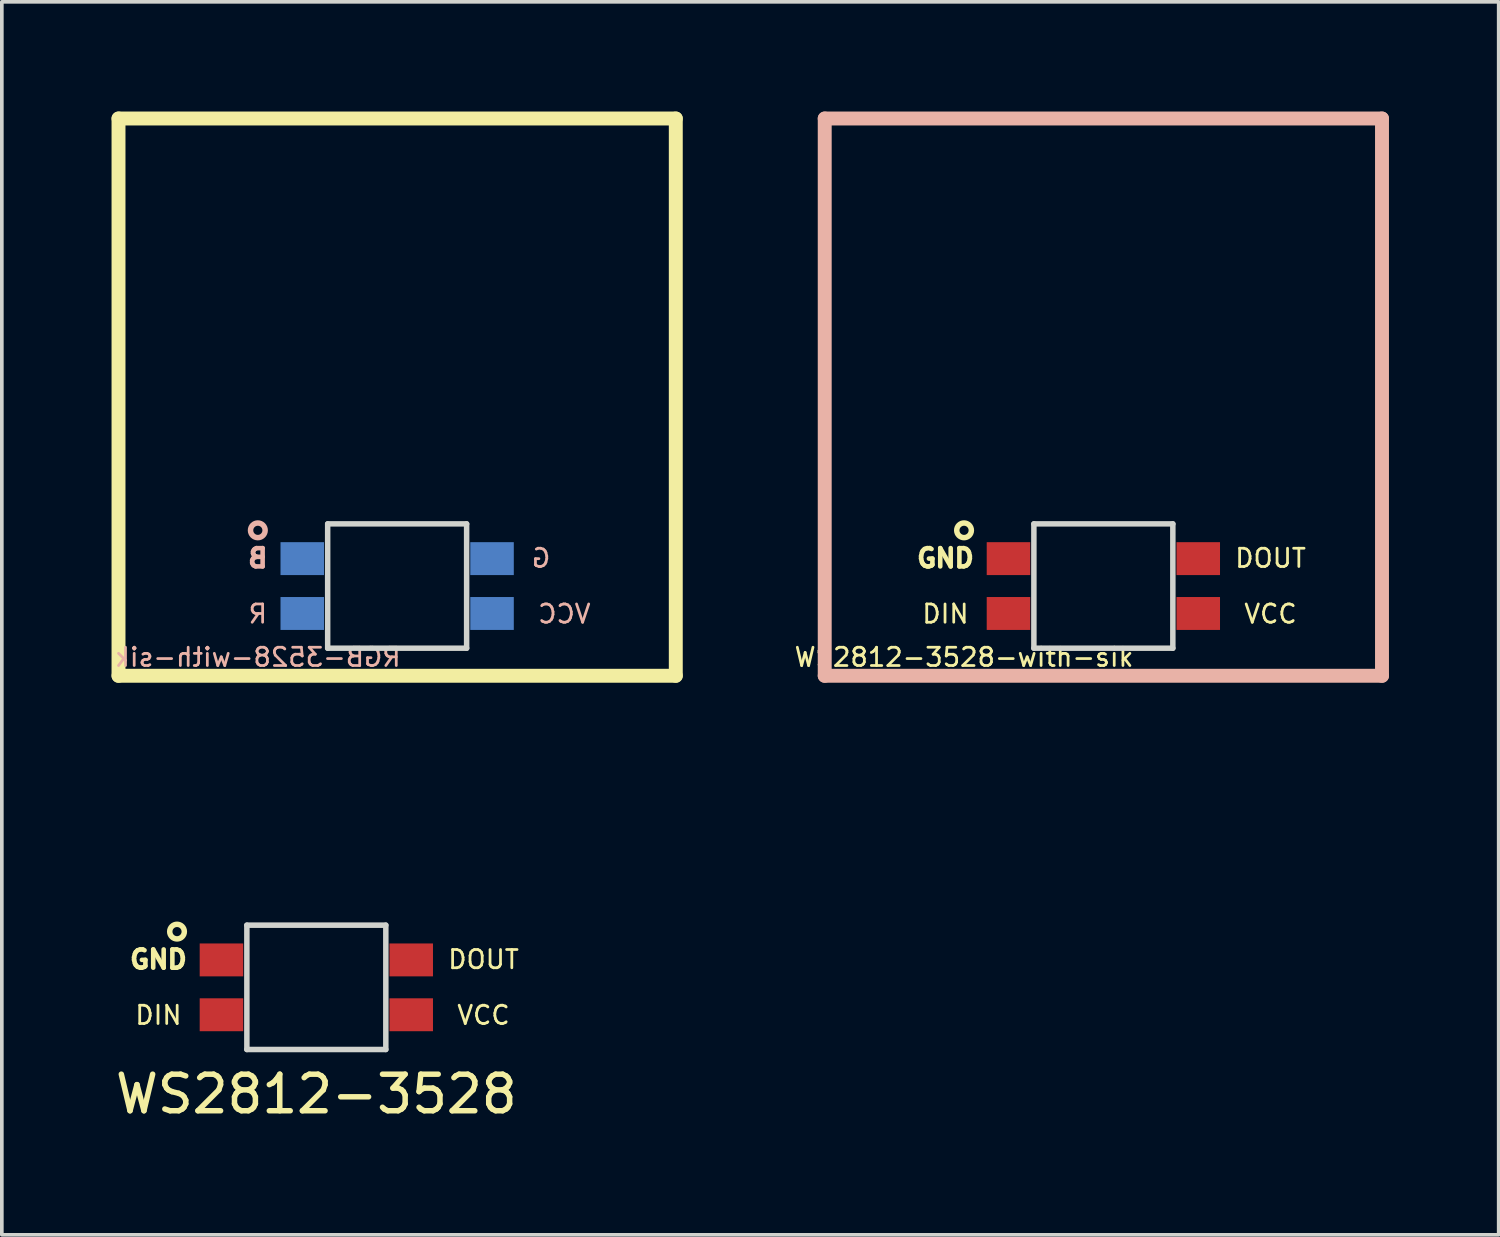
<source format=kicad_pcb>
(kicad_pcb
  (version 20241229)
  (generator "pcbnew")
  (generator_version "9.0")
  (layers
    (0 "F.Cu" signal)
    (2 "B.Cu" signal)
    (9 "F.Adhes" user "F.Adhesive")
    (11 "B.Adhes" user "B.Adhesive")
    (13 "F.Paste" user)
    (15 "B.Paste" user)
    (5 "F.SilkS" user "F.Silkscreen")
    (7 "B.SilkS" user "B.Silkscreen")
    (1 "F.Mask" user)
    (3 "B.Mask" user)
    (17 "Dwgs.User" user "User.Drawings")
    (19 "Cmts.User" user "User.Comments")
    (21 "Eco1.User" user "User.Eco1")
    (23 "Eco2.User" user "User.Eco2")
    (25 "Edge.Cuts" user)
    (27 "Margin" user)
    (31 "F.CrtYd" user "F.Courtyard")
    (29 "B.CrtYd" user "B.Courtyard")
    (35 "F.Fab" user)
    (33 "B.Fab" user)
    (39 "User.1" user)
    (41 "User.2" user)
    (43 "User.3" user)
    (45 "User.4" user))
  (footprint "WS2812-3528"
    (layer "F.Cu")
    (at 5.601 18.871)
    (property "Reference" "WS2812-3528" (at 0 8 0) (layer "F.SilkS") (effects (font (size 1 1) (thickness 0.15))))
    (attr smd)
    (fp_circle (center -3.81 3.556) (end -3.81 3.356) (stroke (width 0.15) (type solid)) (fill no) (layer "F.SilkS"))
    (fp_line (start -1.9 3.38) (end -1.9 6.78) (stroke (width 0.15) (type solid)) (layer "Edge.Cuts"))
    (fp_line (start 1.9 3.38) (end -1.9 3.38) (stroke (width 0.15) (type solid)) (layer "Edge.Cuts"))
    (fp_line (start 1.9 3.38) (end 1.9 6.78) (stroke (width 0.15) (type solid)) (layer "Edge.Cuts"))
    (fp_line (start 1.9 6.78) (end -1.9 6.78) (stroke (width 0.15) (type solid)) (layer "Edge.Cuts"))
    (fp_text user "GND" (at -4.318 4.318 0) (layer "F.SilkS") (effects (font (size 0.5 0.5) (thickness 0.125))))
    (fp_text user "VCC" (at 4.572 5.842 0) (layer "F.SilkS") (effects (font (size 0.5 0.5) (thickness 0.075))))
    (fp_text user "DIN" (at -4.318 5.842 0) (layer "F.SilkS") (effects (font (size 0.5 0.5) (thickness 0.075))))
    (fp_text user "DOUT" (at 4.572 4.318 0) (layer "F.SilkS") (effects (font (size 0.5 0.5) (thickness 0.075))))
    (pad "1" smd rect (at 2.595 5.83) (size 1.19 0.9) (layers "F.Cu" "F.Mask" "F.Paste"))
    (pad "2" smd rect (at 2.595 4.33) (size 1.19 0.9) (layers "F.Cu" "F.Mask" "F.Paste"))
    (pad "3" smd rect (at -2.595 4.33) (size 1.19 0.9) (layers "F.Cu" "F.Mask" "F.Paste"))
    (pad "4" smd rect (at -2.595 5.83) (size 1.19 0.9) (layers "F.Cu" "F.Mask" "F.Paste")))
  (footprint "RGB-3528-with-sik"
    (layer "F.Cu")
    (at 7.811 7.811)
    (property "Reference" "RGB-3528-with-sik" (at -3.81 7.112 0) (layer "B.SilkS") (effects (font (size 0.5 0.5) (thickness 0.075)) (justify mirror)))
    (attr smd)
    (fp_line (start -7.62 -7.62) (end 7.62 -7.62) (stroke (width 0.381) (type solid)) (layer "F.SilkS"))
    (fp_line (start -7.62 7.62) (end -7.62 -7.62) (stroke (width 0.381) (type solid)) (layer "F.SilkS"))
    (fp_line (start 7.62 -7.62) (end 7.62 7.62) (stroke (width 0.381) (type solid)) (layer "F.SilkS"))
    (fp_line (start 7.62 7.62) (end -7.62 7.62) (stroke (width 0.381) (type solid)) (layer "F.SilkS"))
    (fp_circle (center -3.81 3.642) (end -3.61 3.642) (stroke (width 0.15) (type solid)) (fill no) (layer "B.SilkS"))
    (fp_line (start -1.9 3.466) (end -1.9 6.866) (stroke (width 0.15) (type solid)) (layer "Edge.Cuts"))
    (fp_line (start 1.9 3.466) (end -1.9 3.466) (stroke (width 0.15) (type solid)) (layer "Edge.Cuts"))
    (fp_line (start 1.9 3.466) (end 1.9 6.866) (stroke (width 0.15) (type solid)) (layer "Edge.Cuts"))
    (fp_line (start 1.9 6.866) (end -1.9 6.866) (stroke (width 0.15) (type solid)) (layer "Edge.Cuts"))
    (fp_text user "R" (at -3.81 5.928 0) (layer "B.SilkS") (effects (font (size 0.5 0.5) (thickness 0.075)) (justify mirror)))
    (fp_text user "G" (at 3.937 4.404 0) (layer "B.SilkS") (effects (font (size 0.5 0.5) (thickness 0.075)) (justify mirror)))
    (fp_text user "VCC" (at 4.572 5.928 0) (layer "B.SilkS") (effects (font (size 0.5 0.5) (thickness 0.075)) (justify mirror)))
    (fp_text user "B" (at -3.81 4.404 0) (layer "B.SilkS") (effects (font (size 0.5 0.5) (thickness 0.125)) (justify mirror)))
    (pad "1" smd rect (at 2.595 5.916) (size 1.19 0.9) (layers "B.Cu" "B.Mask" "B.Paste"))
    (pad "2" smd rect (at 2.595 4.416) (size 1.19 0.9) (layers "B.Cu" "B.Mask" "B.Paste"))
    (pad "3" smd rect (at -2.595 4.416) (size 1.19 0.9) (layers "B.Cu" "B.Mask" "B.Paste"))
    (pad "4" smd rect (at -2.595 5.916) (size 1.19 0.9) (layers "B.Cu" "B.Mask" "B.Paste")))
  (footprint "WS2812-3528-with-sik"
    (layer "F.Cu")
    (at 27.124 7.811)
    (property "Reference" "WS2812-3528-with-sik" (at -3.81 7.112 0) (layer "F.SilkS") (effects (font (size 0.5 0.5) (thickness 0.075))))
    (attr smd)
    (fp_circle (center -3.81 3.642) (end -3.81 3.442) (stroke (width 0.15) (type solid)) (fill no) (layer "F.SilkS"))
    (fp_line (start -7.62 -7.62) (end 7.62 -7.62) (stroke (width 0.381) (type solid)) (layer "B.SilkS"))
    (fp_line (start -7.62 7.62) (end -7.62 -7.62) (stroke (width 0.381) (type solid)) (layer "B.SilkS"))
    (fp_line (start 7.62 -7.62) (end 7.62 7.62) (stroke (width 0.381) (type solid)) (layer "B.SilkS"))
    (fp_line (start 7.62 7.62) (end -7.62 7.62) (stroke (width 0.381) (type solid)) (layer "B.SilkS"))
    (fp_line (start -1.9 3.466) (end -1.9 6.866) (stroke (width 0.15) (type solid)) (layer "Edge.Cuts"))
    (fp_line (start 1.9 3.466) (end -1.9 3.466) (stroke (width 0.15) (type solid)) (layer "Edge.Cuts"))
    (fp_line (start 1.9 3.466) (end 1.9 6.866) (stroke (width 0.15) (type solid)) (layer "Edge.Cuts"))
    (fp_line (start 1.9 6.866) (end -1.9 6.866) (stroke (width 0.15) (type solid)) (layer "Edge.Cuts"))
    (fp_text user "GND" (at -4.318 4.404 0) (layer "F.SilkS") (effects (font (size 0.5 0.5) (thickness 0.125))))
    (fp_text user "VCC" (at 4.572 5.928 0) (layer "F.SilkS") (effects (font (size 0.5 0.5) (thickness 0.075))))
    (fp_text user "DOUT" (at 4.572 4.404 0) (layer "F.SilkS") (effects (font (size 0.5 0.5) (thickness 0.075))))
    (fp_text user "DIN" (at -4.318 5.928 0) (layer "F.SilkS") (effects (font (size 0.5 0.5) (thickness 0.075))))
    (pad "1" smd rect (at 2.595 5.916) (size 1.19 0.9) (layers "F.Cu" "F.Mask" "F.Paste"))
    (pad "2" smd rect (at 2.595 4.416) (size 1.19 0.9) (layers "F.Cu" "F.Mask" "F.Paste"))
    (pad "3" smd rect (at -2.595 4.416) (size 1.19 0.9) (layers "F.Cu" "F.Mask" "F.Paste"))
    (pad "4" smd rect (at -2.595 5.916) (size 1.19 0.9) (layers "F.Cu" "F.Mask" "F.Paste")))
  (gr_rect
    (start -3 -3)
    (end 37.935 30.719)
    (stroke (width 0.1) (type default))
    (fill no)
    (layer "Edge.Cuts")))
</source>
